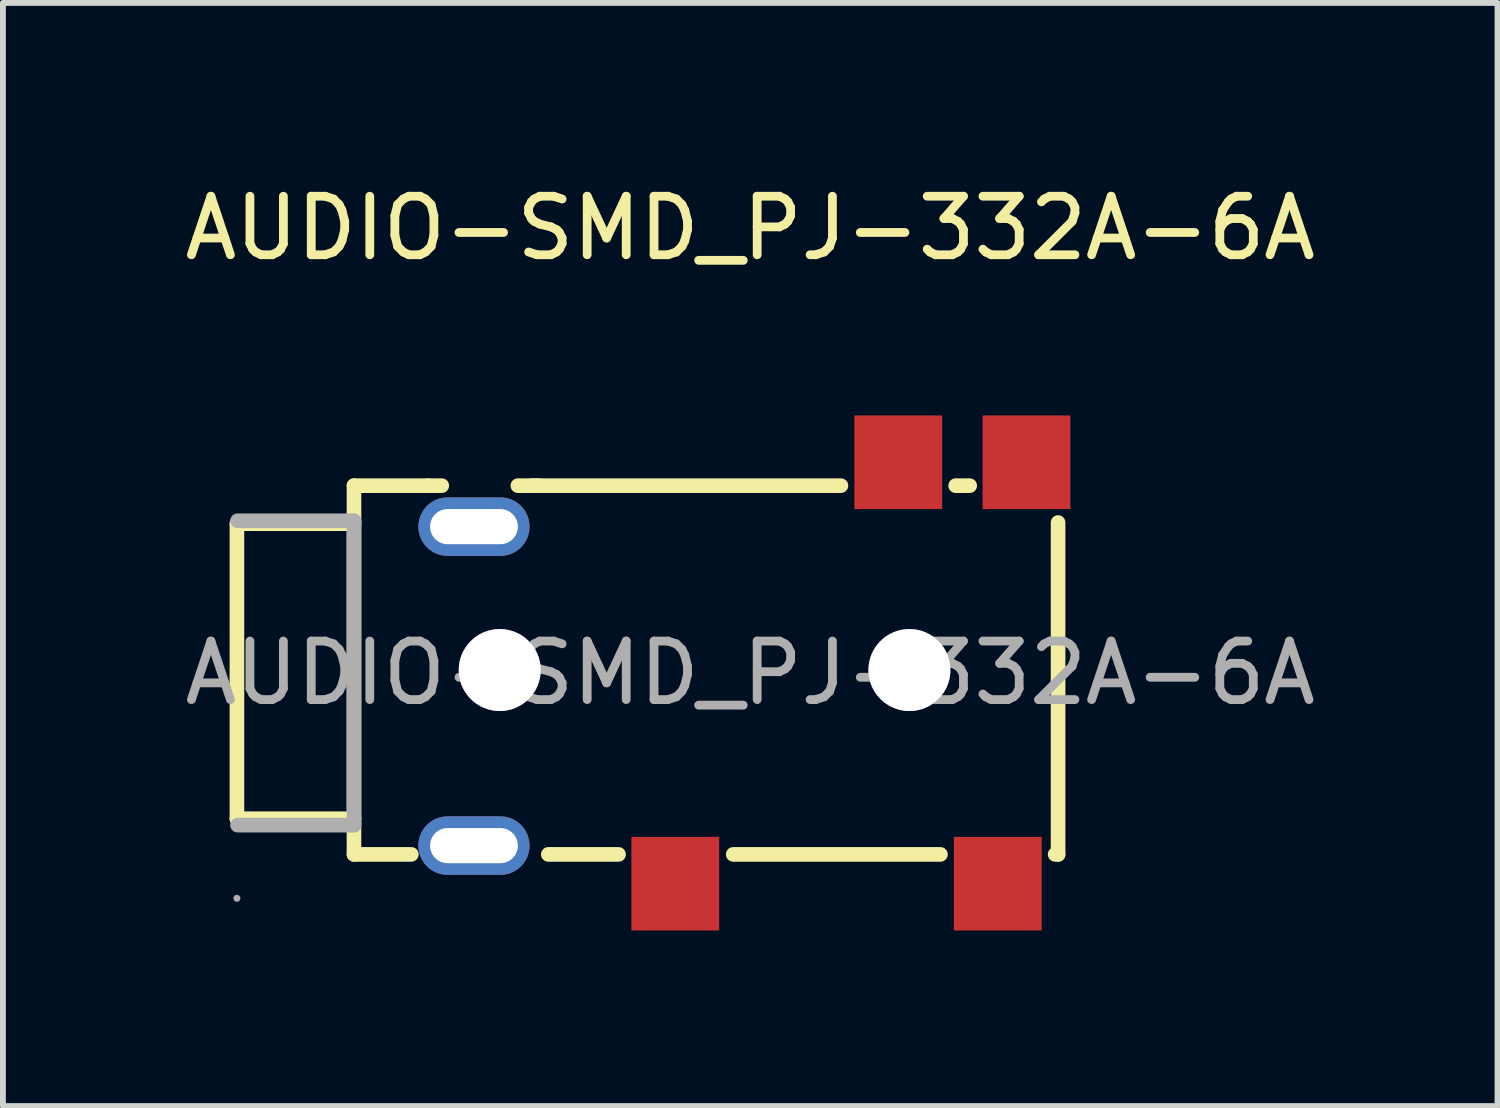
<source format=kicad_pcb>
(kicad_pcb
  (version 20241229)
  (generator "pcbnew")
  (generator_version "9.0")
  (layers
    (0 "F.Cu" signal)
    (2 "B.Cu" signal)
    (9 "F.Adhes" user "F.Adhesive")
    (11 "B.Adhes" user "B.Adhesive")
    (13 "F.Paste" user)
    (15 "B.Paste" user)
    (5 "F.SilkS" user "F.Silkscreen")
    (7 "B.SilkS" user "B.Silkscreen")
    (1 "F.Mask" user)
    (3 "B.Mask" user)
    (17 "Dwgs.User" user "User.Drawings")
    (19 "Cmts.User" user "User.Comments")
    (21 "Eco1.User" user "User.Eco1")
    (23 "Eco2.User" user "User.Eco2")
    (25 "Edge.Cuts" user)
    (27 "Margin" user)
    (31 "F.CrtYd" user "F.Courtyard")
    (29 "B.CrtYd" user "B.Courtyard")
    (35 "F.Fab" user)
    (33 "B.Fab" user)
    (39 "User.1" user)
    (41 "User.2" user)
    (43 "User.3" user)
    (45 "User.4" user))
  (footprint "AUDIO-SMD_PJ-332A-6A"
    (layer "F.Cu")
    (at 9.768 8.448)
    (property "Reference" "AUDIO-SMD_PJ-332A-6A" (at 0 -7.6 0) (layer "F.SilkS") (effects (font (size 1 1) (thickness 0.15))))
    (attr smd)
    (fp_line (start -8.77 -2.55) (end -8.77 2.49) (stroke (width 0.25) (type solid)) (layer "F.SilkS"))
    (fp_line (start -8.77 2.49) (end -6.77 2.49) (stroke (width 0.25) (type solid)) (layer "F.SilkS"))
    (fp_line (start -6.77 -3.2) (end -6.77 3.1) (stroke (width 0.25) (type solid)) (layer "F.SilkS"))
    (fp_line (start -6.77 -3.2) (end -5.51 -3.2) (stroke (width 0.25) (type solid)) (layer "F.SilkS"))
    (fp_line (start -6.77 -2.55) (end -8.77 -2.55) (stroke (width 0.25) (type solid)) (layer "F.SilkS"))
    (fp_line (start -6.77 3.1) (end -5.79 3.1) (stroke (width 0.25) (type solid)) (layer "F.SilkS"))
    (fp_line (start -5.51 -3.2) (end -5.27 -3.2) (stroke (width 0.25) (type solid)) (layer "F.SilkS"))
    (fp_line (start -3.97 -3.2) (end -3.62 -3.2) (stroke (width 0.25) (type solid)) (layer "F.SilkS"))
    (fp_line (start -3.73 -3.2) (end 1.55 -3.2) (stroke (width 0.25) (type solid)) (layer "F.SilkS"))
    (fp_line (start -3.45 3.1) (end -2.25 3.1) (stroke (width 0.25) (type solid)) (layer "F.SilkS"))
    (fp_line (start -0.29 3.1) (end 3.25 3.1) (stroke (width 0.25) (type solid)) (layer "F.SilkS"))
    (fp_line (start 3.51 -3.2) (end 3.75 -3.2) (stroke (width 0.25) (type solid)) (layer "F.SilkS"))
    (fp_line (start 5.21 3.1) (end 5.26 3.1) (stroke (width 0.25) (type solid)) (layer "F.SilkS"))
    (fp_line (start 5.26 3.1) (end 5.26 -2.57) (stroke (width 0.25) (type solid)) (layer "F.SilkS"))
    (fp_circle (center -4.28 -0.05) (end -3.98 -0.05) (stroke (width 0.6) (type solid)) (fill no) (layer "Cmts.User"))
    (fp_circle (center 2.72 -0.05) (end 3.02 -0.05) (stroke (width 0.6) (type solid)) (fill no) (layer "Cmts.User"))
    (fp_line (start -6.77 -2.6) (end -8.76 -2.6) (stroke (width 0.25) (type solid)) (layer "F.Fab"))
    (fp_line (start -6.77 -2.6) (end -6.77 2.6) (stroke (width 0.25) (type solid)) (layer "F.Fab"))
    (fp_line (start -6.77 2.6) (end -8.76 2.6) (stroke (width 0.25) (type solid)) (layer "F.Fab"))
    (fp_circle (center -8.77 3.85) (end -8.74 3.85) (stroke (width 0.06) (type solid)) (fill no) (layer "F.Fab"))
    (fp_text user "${REFERENCE}" (at 0 0 0) (layer "F.Fab") (effects (font (size 1 1) (thickness 0.15))))
    (pad "" thru_hole circle (at -4.28 -0.05) (size 1.4 1.4) (drill 1.4) (layers "*.Cu" "*.Mask"))
    (pad "" thru_hole circle (at 2.72 -0.05) (size 1.4 1.4) (drill 1.4) (layers "*.Cu" "*.Mask"))
    (pad "1" thru_hole oval (at -4.72 2.95 90) (size 1 1.9) (drill oval 0.6 1.5) (layers "*.Cu" "*.Mask"))
    (pad "2" thru_hole oval (at -4.72 -2.5 90) (size 1 1.9) (drill oval 0.6 1.5) (layers "*.Cu" "*.Mask"))
    (pad "3" smd rect (at -1.28 3.6) (size 1.5 1.6) (layers "F.Cu" "F.Mask" "F.Paste"))
    (pad "4" smd rect (at 2.53 -3.6) (size 1.5 1.6) (layers "F.Cu" "F.Mask" "F.Paste"))
    (pad "5" smd rect (at 4.23 3.6) (size 1.5 1.6) (layers "F.Cu" "F.Mask" "F.Paste"))
    (pad "6" smd rect (at 4.72 -3.6) (size 1.5 1.6) (layers "F.Cu" "F.Mask" "F.Paste")))
  (gr_rect
    (start -3 -3)
    (end 22.536 15.848)
    (stroke (width 0.1) (type default))
    (fill no)
    (layer "Edge.Cuts")))
</source>
